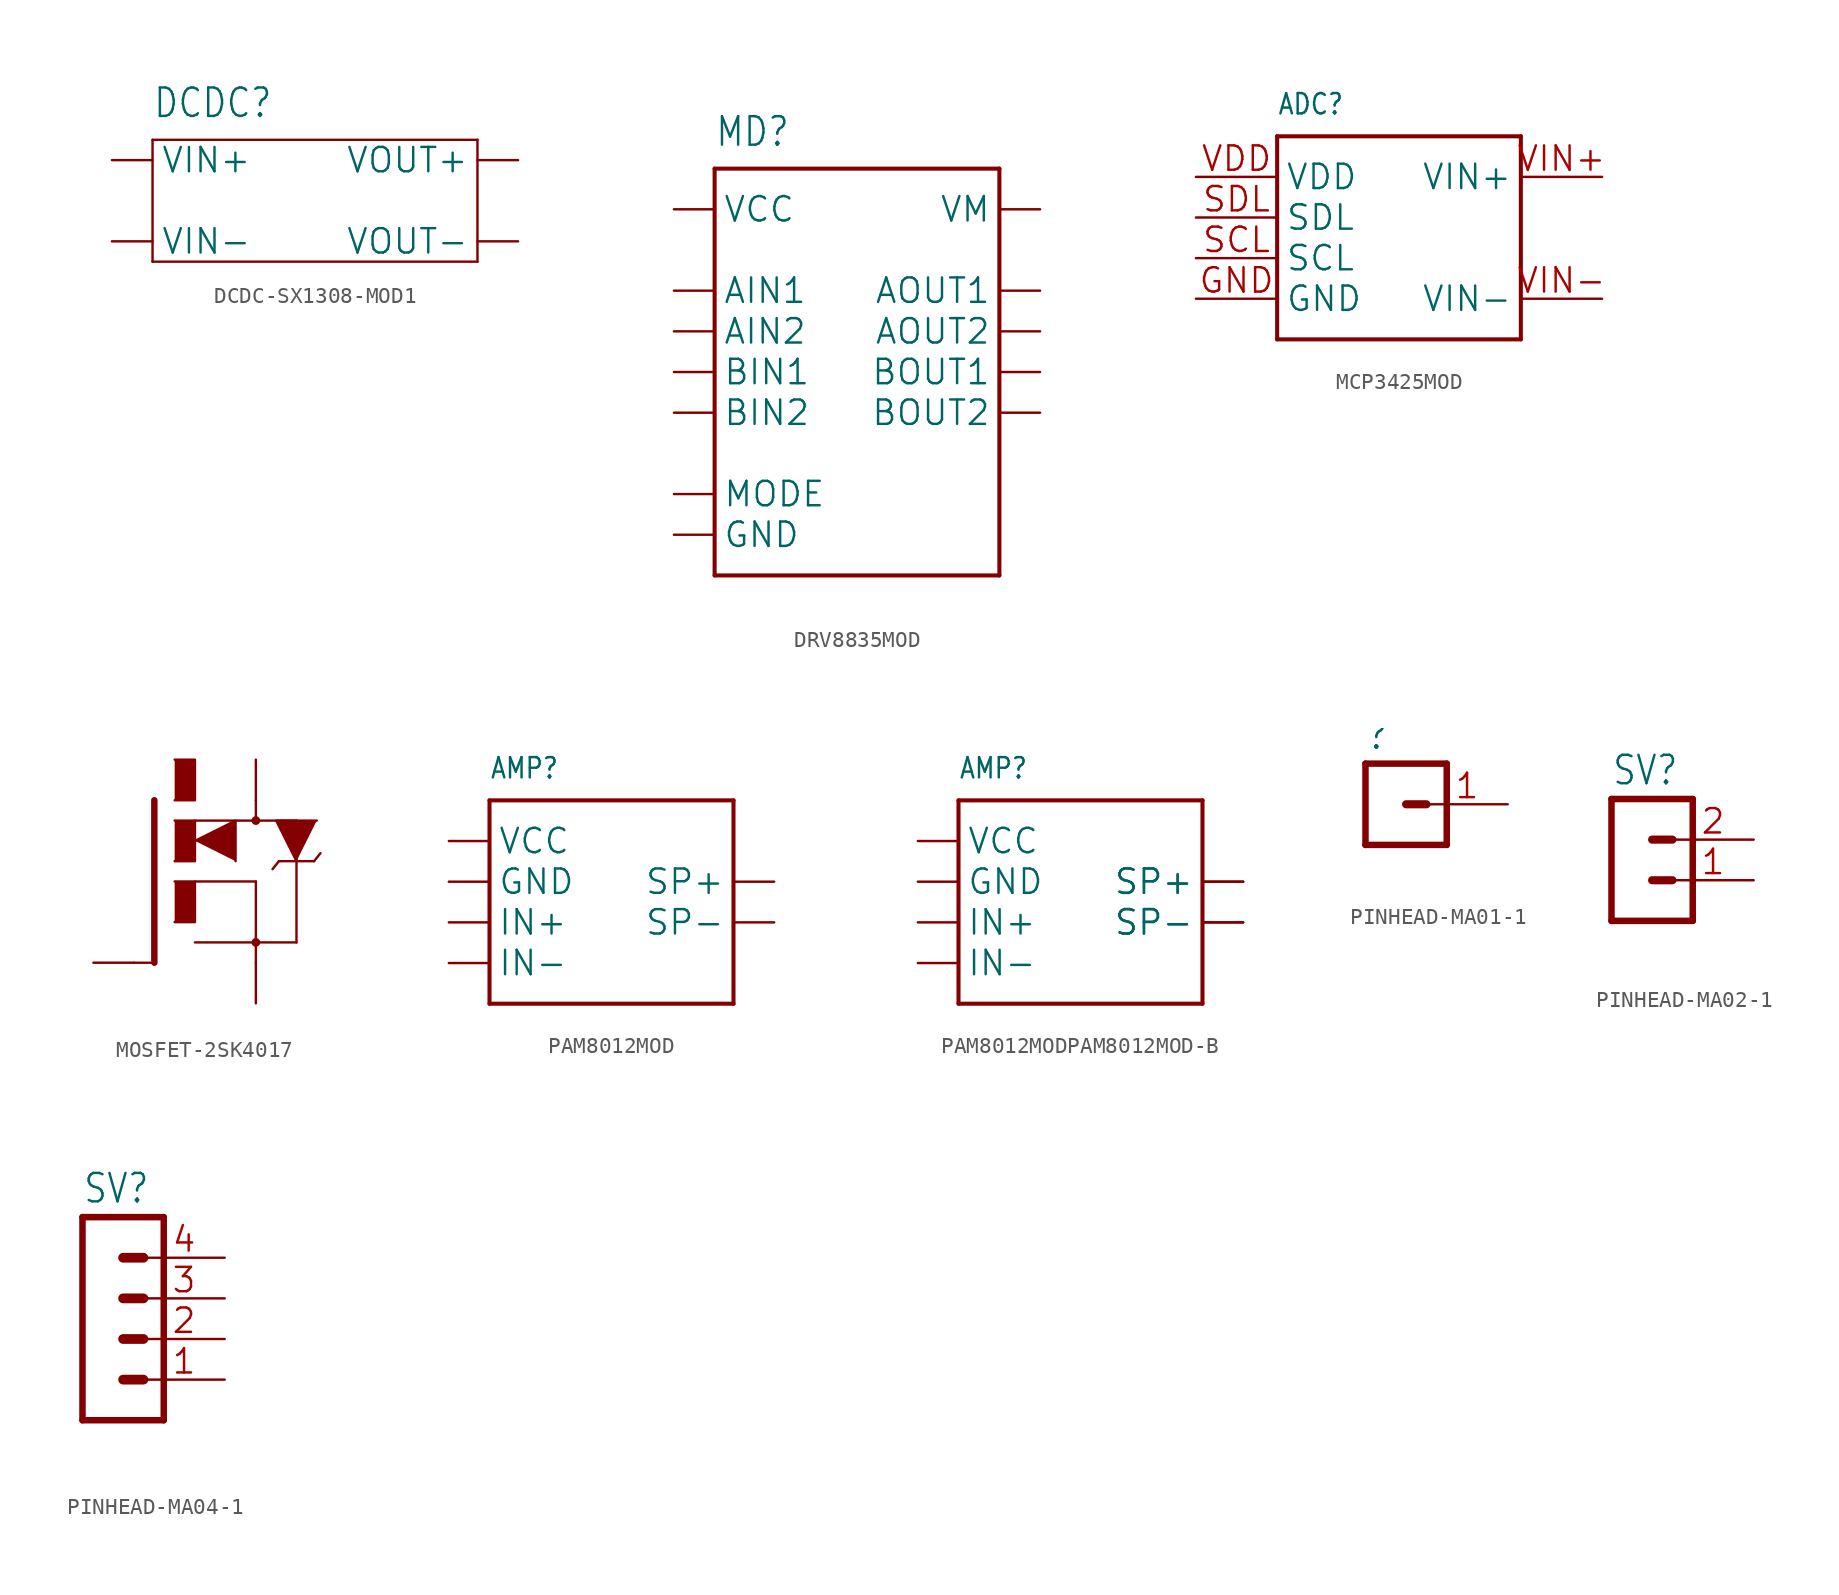
<source format=kicad_sym>
(kicad_symbol_lib
  (version 20241209)
  (generator "kicad_symbol_editor")
  (generator_version "9.0")
  (symbol "DCDC-SX1308-MOD1"
    (property "Reference" "DCDC"
      (at -10.16 5.08 0)
      (effects (font (size 1.778 1.511)) (justify left bottom)))
    (property "Value" ""
      (at 10.38 1 0)
      (effects (font (size 1.422 1.209)) (justify left bottom)))
    (property "ki_locked" ""
      (at 0 0 0)
      (effects (font (size 1.27 1.27))))
    (symbol "DCDC-SX1308-MOD1_1_0"
      (polyline (pts (xy -10.16 3.81) (xy 10.16 3.81)) (stroke (width 0.152) (type solid)) (fill (type none)))
      (polyline (pts (xy -10.16 -3.81) (xy -10.16 3.81)) (stroke (width 0.152) (type solid)) (fill (type none)))
      (polyline (pts (xy 10.16 3.81) (xy 10.16 -3.81)) (stroke (width 0.152) (type solid)) (fill (type none)))
      (polyline (pts (xy 10.16 -3.81) (xy -10.16 -3.81)) (stroke (width 0.152) (type solid)) (fill (type none)))
      (pin power_in line (at -12.7 2.54 0) (length 2.54) (name "VIN+" (effects (font (size 1.524 1.524)))) (number "VIN+" (effects (font (size 0 0)))))
      (pin power_in line (at -12.7 -2.54 0) (length 2.54) (name "VIN-" (effects (font (size 1.524 1.524)))) (number "VIN-" (effects (font (size 0 0)))))
      (pin power_in line (at 12.7 2.54 180) (length 2.54) (name "VOUT+" (effects (font (size 1.524 1.524)))) (number "VOUT+" (effects (font (size 0 0)))))
      (pin power_in line (at 12.7 -2.54 180) (length 2.54) (name "VOUT-" (effects (font (size 1.524 1.524)))) (number "VOUT-" (effects (font (size 0 0)))))))
  (symbol "DRV8835MOD"
    (property "Reference" "MD"
      (at -7.62 11.43 0)
      (effects (font (size 1.778 1.511)) (justify left bottom)))
    (property "ki_locked" ""
      (at 0 0 0)
      (effects (font (size 1.27 1.27))))
    (symbol "DRV8835MOD_1_0"
      (polyline (pts (xy -7.62 10.16) (xy 10.16 10.16)) (stroke (width 0.254) (type solid)) (fill (type none)))
      (polyline (pts (xy -7.62 -15.24) (xy -7.62 10.16)) (stroke (width 0.254) (type solid)) (fill (type none)))
      (polyline (pts (xy 10.16 10.16) (xy 10.16 -15.24)) (stroke (width 0.254) (type solid)) (fill (type none)))
      (polyline (pts (xy 10.16 -15.24) (xy -7.62 -15.24)) (stroke (width 0.254) (type solid)) (fill (type none)))
      (pin input line (at -10.16 7.62 0) (length 2.54) (name "VCC" (effects (font (size 1.524 1.524)))) (number "VCC" (effects (font (size 0 0)))))
      (pin input line (at -10.16 2.54 0) (length 2.54) (name "AIN1" (effects (font (size 1.524 1.524)))) (number "AIN1" (effects (font (size 0 0)))))
      (pin input line (at -10.16 0 0) (length 2.54) (name "AIN2" (effects (font (size 1.524 1.524)))) (number "AIN2" (effects (font (size 0 0)))))
      (pin input line (at -10.16 -2.54 0) (length 2.54) (name "BIN1" (effects (font (size 1.524 1.524)))) (number "BIN1" (effects (font (size 0 0)))))
      (pin input line (at -10.16 -5.08 0) (length 2.54) (name "BIN2" (effects (font (size 1.524 1.524)))) (number "BIN2" (effects (font (size 0 0)))))
      (pin input line (at -10.16 -10.16 0) (length 2.54) (name "MODE" (effects (font (size 1.524 1.524)))) (number "MODE" (effects (font (size 0 0)))))
      (pin power_in line (at -10.16 -12.7 0) (length 2.54) (name "GND" (effects (font (size 1.524 1.524)))) (number "GND" (effects (font (size 0 0)))))
      (pin input line (at 12.7 7.62 180) (length 2.54) (name "VM" (effects (font (size 1.524 1.524)))) (number "VM" (effects (font (size 0 0)))))
      (pin output line (at 12.7 2.54 180) (length 2.54) (name "AOUT1" (effects (font (size 1.524 1.524)))) (number "AOUT1" (effects (font (size 0 0)))))
      (pin output line (at 12.7 0 180) (length 2.54) (name "AOUT2" (effects (font (size 1.524 1.524)))) (number "AOUT2" (effects (font (size 0 0)))))
      (pin output line (at 12.7 -2.54 180) (length 2.54) (name "BOUT1" (effects (font (size 1.524 1.524)))) (number "BOUT1" (effects (font (size 0 0)))))
      (pin output line (at 12.7 -5.08 180) (length 2.54) (name "BOUT2" (effects (font (size 1.524 1.524)))) (number "BOUT2" (effects (font (size 0 0)))))))
  (symbol "MCP3425MOD"
    (property "Reference" "ADC"
      (at -5.08 6.35 0)
      (effects (font (size 1.27 1.079)) (justify left bottom)))
    (property "ki_locked" ""
      (at 0 0 0)
      (effects (font (size 1.27 1.27))))
    (symbol "MCP3425MOD_1_0"
      (polyline (pts (xy -5.08 5.08) (xy 10.16 5.08)) (stroke (width 0.254) (type solid)) (fill (type none)))
      (polyline (pts (xy -5.08 -7.62) (xy -5.08 5.08)) (stroke (width 0.254) (type solid)) (fill (type none)))
      (polyline (pts (xy 10.16 5.08) (xy 10.16 -7.62)) (stroke (width 0.254) (type solid)) (fill (type none)))
      (polyline (pts (xy 10.16 -7.62) (xy -5.08 -7.62)) (stroke (width 0.254) (type solid)) (fill (type none)))
      (pin bidirectional line (at -10.16 2.54 0) (length 5.08) (name "VDD" (effects (font (size 1.524 1.524)))) (number "VDD" (effects (font (size 1.524 1.524)))))
      (pin bidirectional line (at -10.16 0 0) (length 5.08) (name "SDL" (effects (font (size 1.524 1.524)))) (number "SDL" (effects (font (size 1.524 1.524)))))
      (pin bidirectional line (at -10.16 -2.54 0) (length 5.08) (name "SCL" (effects (font (size 1.524 1.524)))) (number "SCL" (effects (font (size 1.524 1.524)))))
      (pin bidirectional line (at -10.16 -5.08 0) (length 5.08) (name "GND" (effects (font (size 1.524 1.524)))) (number "GND" (effects (font (size 1.524 1.524)))))
      (pin bidirectional line (at 15.24 2.54 180) (length 5.08) (name "VIN+" (effects (font (size 1.524 1.524)))) (number "VIN+" (effects (font (size 1.524 1.524)))))
      (pin bidirectional line (at 15.24 -5.08 180) (length 5.08) (name "VIN-" (effects (font (size 1.524 1.524)))) (number "VIN-" (effects (font (size 1.524 1.524)))))))
  (symbol "MOSFET-2SK4017"
    (property "Reference" "Q"
      (at 0 0 0)
      (effects (font (size 1.27 1.27)) (hide yes)))
    (property "ki_locked" ""
      (at 0 0 0)
      (effects (font (size 1.27 1.27))))
    (symbol "MOSFET-2SK4017_1_0"
      (polyline (pts (xy -6.35 3.81) (xy -6.35 -6.35)) (stroke (width 0.406) (type solid)) (fill (type none)))
      (polyline (pts (xy -6.35 -6.35) (xy -7.62 -6.35)) (stroke (width 0.15) (type solid)) (fill (type none)))
      (polyline (pts (xy -5.08 3.81) (xy -3.81 3.81) (xy -3.81 6.35) (xy -5.08 6.35)) (stroke (width 0.15) (type solid)) (fill (type outline)))
      (polyline (pts (xy -5.08 0) (xy -3.81 0) (xy -3.81 2.54) (xy -5.08 2.54)) (stroke (width 0.15) (type solid)) (fill (type outline)))
      (polyline (pts (xy -5.08 -3.81) (xy -3.81 -3.81) (xy -3.81 -1.27) (xy -5.08 -1.27)) (stroke (width 0.15) (type solid)) (fill (type outline)))
      (polyline (pts (xy -3.81 2.54) (xy 0 2.54)) (stroke (width 0.15) (type solid)) (fill (type none)))
      (polyline (pts (xy -3.81 1.27) (xy -1.27 2.54) (xy -1.27 0)) (stroke (width 0.15) (type solid)) (fill (type outline)))
      (polyline (pts (xy -3.81 -1.27) (xy 0 -1.27)) (stroke (width 0.15) (type solid)) (fill (type none)))
      (polyline (pts (xy -3.81 -5.08) (xy 0 -5.08)) (stroke (width 0.15) (type solid)) (fill (type none)))
      (circle (center 0 2.54) (radius 0.1) (stroke (width 0.15) (type solid)) (fill (type none)))
      (circle (center 0 2.54) (radius 0.2) (stroke (width 0.15) (type solid)) (fill (type none)))
      (polyline (pts (xy 0 2.54) (xy 0 3.81)) (stroke (width 0.15) (type solid)) (fill (type none)))
      (polyline (pts (xy 0 2.54) (xy 2.54 2.54)) (stroke (width 0.15) (type solid)) (fill (type none)))
      (polyline (pts (xy 0 -1.27) (xy 0 -5.08)) (stroke (width 0.15) (type solid)) (fill (type none)))
      (polyline (pts (xy 0 -5.08) (xy 0 -6.35)) (stroke (width 0.15) (type solid)) (fill (type none)))
      (polyline (pts (xy 0 -5.08) (xy 2.54 -5.08)) (stroke (width 0.15) (type solid)) (fill (type none)))
      (circle (center 0 -5.08) (radius 0.1) (stroke (width 0.15) (type solid)) (fill (type none)))
      (circle (center 0 -5.08) (radius 0.2) (stroke (width 0.15) (type solid)) (fill (type none)))
      (polyline (pts (xy 1.44 0) (xy 1.04 -0.5)) (stroke (width 0.15) (type solid)) (fill (type none)))
      (polyline (pts (xy 1.44 0) (xy 3.64 0)) (stroke (width 0.15) (type solid)) (fill (type none)))
      (polyline (pts (xy 2.54 2.54) (xy 2.54 -5.08)) (stroke (width 0.15) (type solid)) (fill (type none)))
      (polyline (pts (xy 2.54 0) (xy 1.27 2.54) (xy 3.81 2.54)) (stroke (width 0.15) (type solid)) (fill (type outline)))
      (polyline (pts (xy 3.64 0) (xy 4.04 0.5)) (stroke (width 0.15) (type solid)) (fill (type none)))
      (pin bidirectional line (at -10.16 -6.35 0) (length 2.54) (name "G" (effects (font (size 0 0)))) (number "G" (effects (font (size 0 0)))))
      (pin bidirectional line (at 0 6.35 270) (length 2.54) (name "D" (effects (font (size 0 0)))) (number "D" (effects (font (size 0 0)))))
      (pin bidirectional line (at 0 -8.89 90) (length 2.54) (name "S" (effects (font (size 0 0)))) (number "S" (effects (font (size 0 0)))))))
  (symbol "PAM8012MOD"
    (property "Reference" "AMP"
      (at -7.62 8.89 0)
      (effects (font (size 1.27 1.079)) (justify left bottom)))
    (property "ki_locked" ""
      (at 0 0 0)
      (effects (font (size 1.27 1.27))))
    (symbol "PAM8012MOD_1_0"
      (polyline (pts (xy -7.62 7.62) (xy 7.62 7.62)) (stroke (width 0.254) (type solid)) (fill (type none)))
      (polyline (pts (xy -7.62 -5.08) (xy -7.62 7.62)) (stroke (width 0.254) (type solid)) (fill (type none)))
      (polyline (pts (xy 7.62 7.62) (xy 7.62 -5.08)) (stroke (width 0.254) (type solid)) (fill (type none)))
      (polyline (pts (xy 7.62 -5.08) (xy -7.62 -5.08)) (stroke (width 0.254) (type solid)) (fill (type none)))
      (pin passive line (at -10.16 5.08 0) (length 2.54) (name "VCC" (effects (font (size 1.524 1.524)))) (number "V+" (effects (font (size 0 0)))))
      (pin passive line (at -10.16 2.54 0) (length 2.54) (name "GND" (effects (font (size 1.524 1.524)))) (number "GND" (effects (font (size 0 0)))))
      (pin input line (at -10.16 0 0) (length 2.54) (name "IN+" (effects (font (size 1.524 1.524)))) (number "IN+" (effects (font (size 0 0)))))
      (pin input line (at -10.16 -2.54 0) (length 2.54) (name "IN-" (effects (font (size 1.524 1.524)))) (number "IN-" (effects (font (size 0 0)))))
      (pin output line (at 10.16 2.54 180) (length 2.54) (name "SP+" (effects (font (size 1.524 1.524)))) (number "SP+@1" (effects (font (size 0 0)))))
      (pin output line (at 10.16 0 180) (length 2.54) (name "SP-" (effects (font (size 1.524 1.524)))) (number "SP-@1" (effects (font (size 0 0)))))))
  (symbol "PAM8012MODPAM8012MOD-B"
    (property "Reference" "AMP"
      (at -7.62 8.89 0)
      (effects (font (size 1.27 1.079)) (justify left bottom)))
    (property "ki_locked" ""
      (at 0 0 0)
      (effects (font (size 1.27 1.27))))
    (symbol "PAM8012MODPAM8012MOD-B_1_0"
      (polyline (pts (xy -7.62 7.62) (xy 7.62 7.62)) (stroke (width 0.254) (type solid)) (fill (type none)))
      (polyline (pts (xy -7.62 -5.08) (xy -7.62 7.62)) (stroke (width 0.254) (type solid)) (fill (type none)))
      (polyline (pts (xy 7.62 7.62) (xy 7.62 -5.08)) (stroke (width 0.254) (type solid)) (fill (type none)))
      (polyline (pts (xy 7.62 -5.08) (xy -7.62 -5.08)) (stroke (width 0.254) (type solid)) (fill (type none)))
      (pin passive line (at -10.16 5.08 0) (length 2.54) (name "VCC" (effects (font (size 1.524 1.524)))) (number "V+" (effects (font (size 0 0)))))
      (pin passive line (at -10.16 2.54 0) (length 2.54) (name "GND" (effects (font (size 1.524 1.524)))) (number "GND" (effects (font (size 0 0)))))
      (pin input line (at -10.16 0 0) (length 2.54) (name "IN+" (effects (font (size 1.524 1.524)))) (number "IN+" (effects (font (size 0 0)))))
      (pin input line (at -10.16 -2.54 0) (length 2.54) (name "IN-" (effects (font (size 1.524 1.524)))) (number "IN-" (effects (font (size 0 0)))))
      (pin output line (at 10.16 2.54 180) (length 2.54) (name "SP+" (effects (font (size 1.524 1.524)))) (number "SP+@1" (effects (font (size 0 0)))))
      (pin output line (at 10.16 2.54 180) (length 2.54) (name "SP+" (effects (font (size 1.524 1.524)))) (number "SP+@2" (effects (font (size 0 0)))))
      (pin output line (at 10.16 0 180) (length 2.54) (name "SP-" (effects (font (size 1.524 1.524)))) (number "SP-@1" (effects (font (size 0 0)))))
      (pin output line (at 10.16 0 180) (length 2.54) (name "SP-" (effects (font (size 1.524 1.524)))) (number "SP-@2" (effects (font (size 0 0)))))))
  (symbol "PINHEAD-MA01-1"
    (property "Reference" ""
      (at -1.27 3.302 0)
      (effects (font (size 1.778 1.511)) (justify left bottom)))
    (property "Value" ""
      (at -1.27 -5.08 0)
      (effects (font (size 1.778 1.511)) (justify left bottom)))
    (property "ki_locked" ""
      (at 0 0 0)
      (effects (font (size 1.27 1.27))))
    (symbol "PINHEAD-MA01-1_1_0"
      (polyline (pts (xy -1.27 2.54) (xy -1.27 -2.54)) (stroke (width 0.406) (type solid)) (fill (type none)))
      (polyline (pts (xy -1.27 2.54) (xy 3.81 2.54)) (stroke (width 0.406) (type solid)) (fill (type none)))
      (polyline (pts (xy 1.27 0) (xy 2.54 0)) (stroke (width 0.508) (type solid)) (fill (type none)))
      (polyline (pts (xy 3.81 -2.54) (xy -1.27 -2.54)) (stroke (width 0.406) (type solid)) (fill (type none)))
      (polyline (pts (xy 3.81 -2.54) (xy 3.81 2.54)) (stroke (width 0.406) (type solid)) (fill (type none)))
      (pin passive line (at 7.62 0 180) (length 5.08) (name "1" (effects (font (size 0 0)))) (number "1" (effects (font (size 1.524 1.524)))))))
  (symbol "PINHEAD-MA02-1"
    (property "Reference" "SV"
      (at -1.27 5.842 0)
      (effects (font (size 1.778 1.511)) (justify left bottom)))
    (property "Value" ""
      (at -1.27 -5.08 0)
      (effects (font (size 1.778 1.511)) (justify left bottom)))
    (property "ki_locked" ""
      (at 0 0 0)
      (effects (font (size 1.27 1.27))))
    (symbol "PINHEAD-MA02-1_1_0"
      (polyline (pts (xy -1.27 5.08) (xy -1.27 -2.54)) (stroke (width 0.406) (type solid)) (fill (type none)))
      (polyline (pts (xy -1.27 5.08) (xy 3.81 5.08)) (stroke (width 0.406) (type solid)) (fill (type none)))
      (polyline (pts (xy 1.27 2.54) (xy 2.54 2.54)) (stroke (width 0.508) (type solid)) (fill (type none)))
      (polyline (pts (xy 1.27 0) (xy 2.54 0)) (stroke (width 0.508) (type solid)) (fill (type none)))
      (polyline (pts (xy 3.81 -2.54) (xy -1.27 -2.54)) (stroke (width 0.406) (type solid)) (fill (type none)))
      (polyline (pts (xy 3.81 -2.54) (xy 3.81 5.08)) (stroke (width 0.406) (type solid)) (fill (type none)))
      (pin passive line (at 7.62 2.54 180) (length 5.08) (name "2" (effects (font (size 0 0)))) (number "2" (effects (font (size 1.524 1.524)))))
      (pin passive line (at 7.62 0 180) (length 5.08) (name "1" (effects (font (size 0 0)))) (number "1" (effects (font (size 1.524 1.524)))))))
  (symbol "PINHEAD-MA04-1"
    (property "Reference" "SV"
      (at -1.27 10.922 0)
      (effects (font (size 1.778 1.511)) (justify left bottom)))
    (property "Value" ""
      (at -1.27 -5.08 0)
      (effects (font (size 1.778 1.511)) (justify left bottom)))
    (property "ki_locked" ""
      (at 0 0 0)
      (effects (font (size 1.27 1.27))))
    (symbol "PINHEAD-MA04-1_1_0"
      (polyline (pts (xy -1.27 10.16) (xy -1.27 -2.54)) (stroke (width 0.406) (type solid)) (fill (type none)))
      (polyline (pts (xy -1.27 10.16) (xy 3.81 10.16)) (stroke (width 0.406) (type solid)) (fill (type none)))
      (polyline (pts (xy 1.27 7.62) (xy 2.54 7.62)) (stroke (width 0.61) (type solid)) (fill (type none)))
      (polyline (pts (xy 1.27 5.08) (xy 2.54 5.08)) (stroke (width 0.61) (type solid)) (fill (type none)))
      (polyline (pts (xy 1.27 2.54) (xy 2.54 2.54)) (stroke (width 0.61) (type solid)) (fill (type none)))
      (polyline (pts (xy 1.27 0) (xy 2.54 0)) (stroke (width 0.61) (type solid)) (fill (type none)))
      (polyline (pts (xy 3.81 -2.54) (xy -1.27 -2.54)) (stroke (width 0.406) (type solid)) (fill (type none)))
      (polyline (pts (xy 3.81 -2.54) (xy 3.81 10.16)) (stroke (width 0.406) (type solid)) (fill (type none)))
      (pin passive line (at 7.62 7.62 180) (length 5.08) (name "4" (effects (font (size 0 0)))) (number "4" (effects (font (size 1.524 1.524)))))
      (pin passive line (at 7.62 5.08 180) (length 5.08) (name "3" (effects (font (size 0 0)))) (number "3" (effects (font (size 1.524 1.524)))))
      (pin passive line (at 7.62 2.54 180) (length 5.08) (name "2" (effects (font (size 0 0)))) (number "2" (effects (font (size 1.524 1.524)))))
      (pin passive line (at 7.62 0 180) (length 5.08) (name "1" (effects (font (size 0 0)))) (number "1" (effects (font (size 1.524 1.524))))))))
</source>
